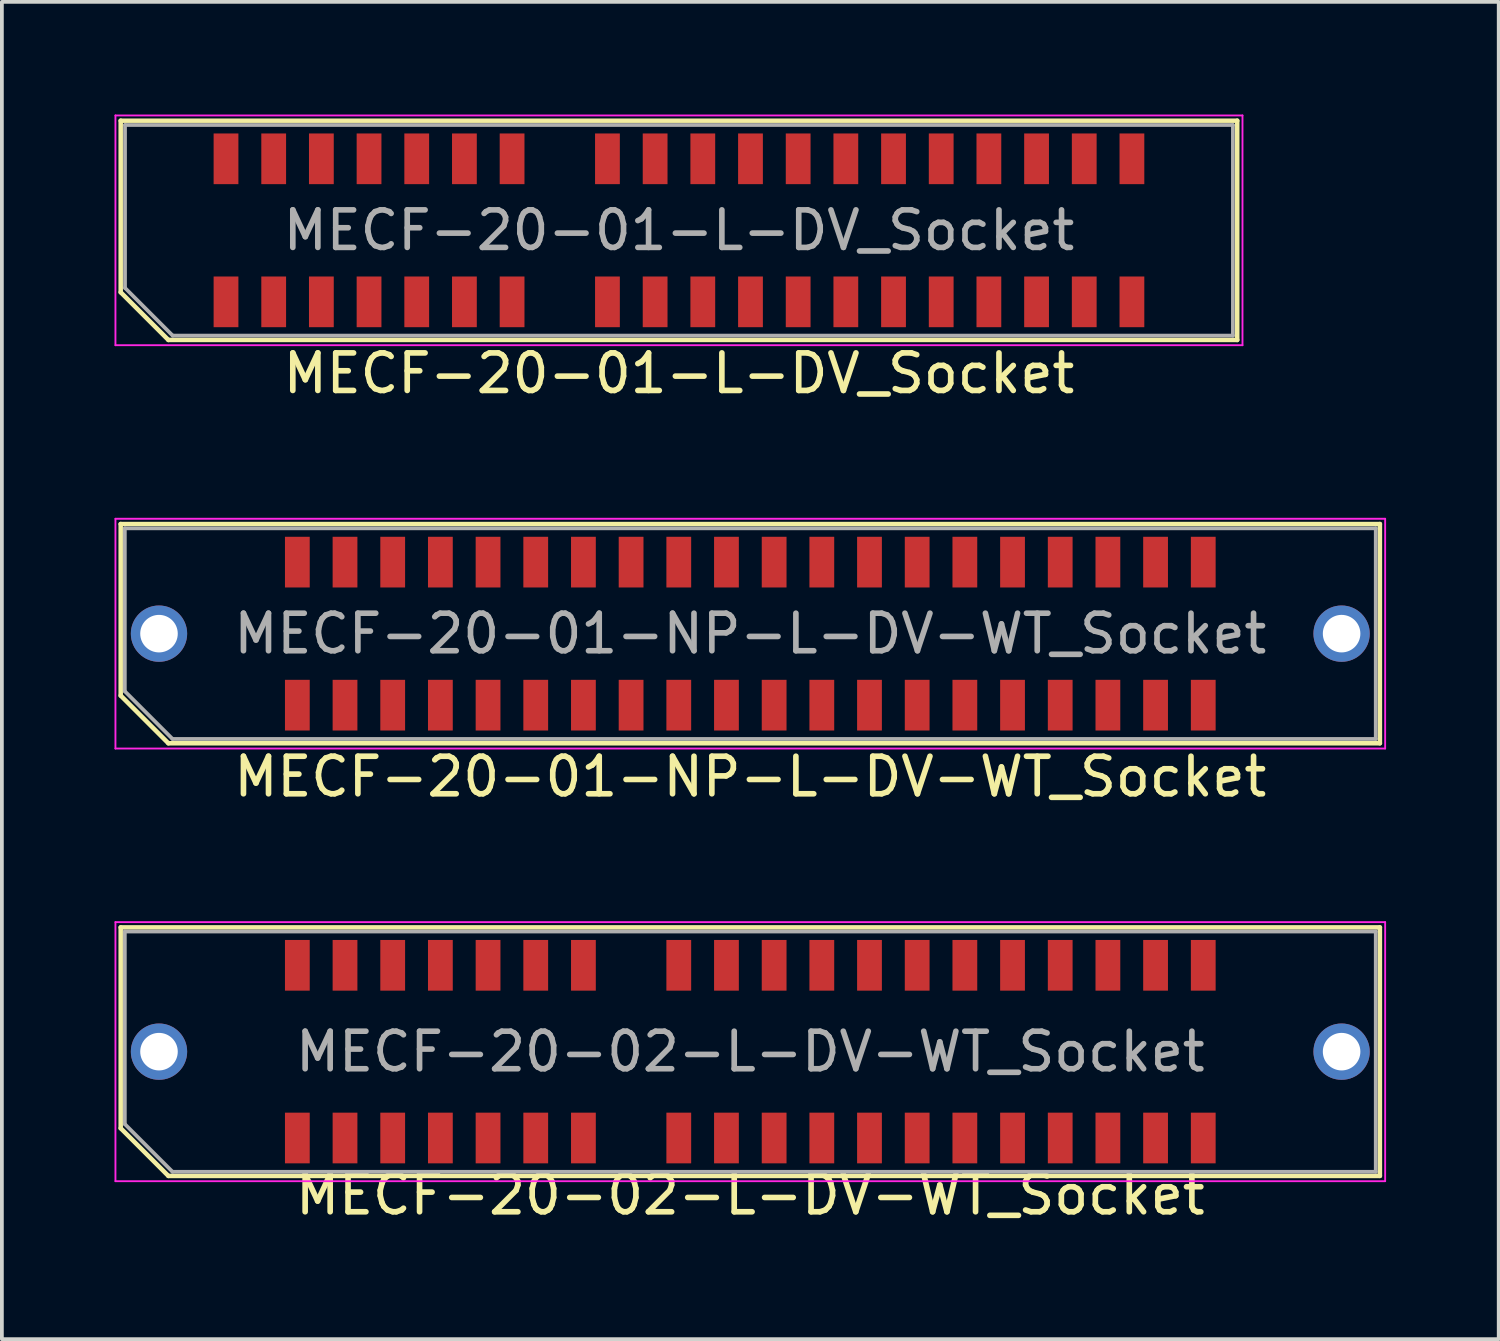
<source format=kicad_pcb>
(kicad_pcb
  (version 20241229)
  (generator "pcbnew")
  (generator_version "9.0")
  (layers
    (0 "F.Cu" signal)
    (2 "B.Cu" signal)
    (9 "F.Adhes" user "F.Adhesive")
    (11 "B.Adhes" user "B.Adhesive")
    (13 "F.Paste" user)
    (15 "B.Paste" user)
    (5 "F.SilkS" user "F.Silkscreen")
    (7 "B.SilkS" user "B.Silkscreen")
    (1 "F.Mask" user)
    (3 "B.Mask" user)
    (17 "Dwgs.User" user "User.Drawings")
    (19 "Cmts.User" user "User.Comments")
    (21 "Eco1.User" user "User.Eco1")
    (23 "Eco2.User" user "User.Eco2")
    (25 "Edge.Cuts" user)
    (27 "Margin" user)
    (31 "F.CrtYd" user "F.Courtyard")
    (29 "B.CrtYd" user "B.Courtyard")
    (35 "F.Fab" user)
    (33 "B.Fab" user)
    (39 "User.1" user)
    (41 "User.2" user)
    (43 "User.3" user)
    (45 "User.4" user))
  (footprint "MECF-20-01-NP-L-DV-WT_Socket"
    (layer "F.Cu")
    (at 16.935 13.828)
    (property "Reference" "MECF-20-01-NP-L-DV-WT_Socket" (at 0 3.81 0) (layer "F.SilkS") (effects (font (size 1 1) (thickness 0.15))))
    (attr smd)
    (fp_line (start -16.77 -2.92) (end 16.77 -2.92) (stroke (width 0.12) (type solid)) (layer "F.SilkS"))
    (fp_line (start -16.77 1.65) (end -16.77 -2.92) (stroke (width 0.12) (type solid)) (layer "F.SilkS"))
    (fp_line (start -15.5 2.92) (end -16.77 1.65) (stroke (width 0.12) (type solid)) (layer "F.SilkS"))
    (fp_line (start -15.5 2.92) (end 16.77 2.92) (stroke (width 0.12) (type solid)) (layer "F.SilkS"))
    (fp_line (start 16.77 2.92) (end 16.77 -2.92) (stroke (width 0.12) (type solid)) (layer "F.SilkS"))
    (fp_line (start -16.91 -3.06) (end -16.91 3.06) (stroke (width 0.05) (type solid)) (layer "F.CrtYd"))
    (fp_line (start -16.91 3.06) (end 16.91 3.06) (stroke (width 0.05) (type solid)) (layer "F.CrtYd"))
    (fp_line (start 16.91 -3.06) (end -16.91 -3.06) (stroke (width 0.05) (type solid)) (layer "F.CrtYd"))
    (fp_line (start 16.91 3.06) (end 16.91 -3.06) (stroke (width 0.05) (type solid)) (layer "F.CrtYd"))
    (fp_line (start -16.66 -2.805) (end 16.66 -2.805) (stroke (width 0.1) (type solid)) (layer "F.Fab"))
    (fp_line (start -16.66 1.535) (end -16.66 -2.805) (stroke (width 0.1) (type solid)) (layer "F.Fab"))
    (fp_line (start -16.66 1.535) (end -15.39 2.805) (stroke (width 0.1) (type solid)) (layer "F.Fab"))
    (fp_line (start -15.39 2.805) (end 16.66 2.805) (stroke (width 0.1) (type solid)) (layer "F.Fab"))
    (fp_line (start 16.66 2.805) (end 16.66 -2.805) (stroke (width 0.1) (type solid)) (layer "F.Fab"))
    (fp_text user "${REFERENCE}" (at 0 0 0) (layer "F.Fab") (effects (font (size 1 1) (thickness 0.15))))
    (pad "" thru_hole circle (at -15.75 0) (size 1.5 1.5) (drill 1) (layers "*.Cu" "*.Mask"))
    (pad "" np_thru_hole circle (at -13.845 0) (size 0.001 0.001) (drill 1.45) (layers "*.Cu" "*.Mask"))
    (pad "" np_thru_hole circle (at 13.845 1) (size 0.001 0.001) (drill 1.45) (layers "*.Cu" "*.Mask"))
    (pad "" thru_hole circle (at 15.75 0) (size 1.5 1.5) (drill 1) (layers "*.Cu" "*.Mask"))
    (pad "1" smd rect (at -12.065 1.905) (size 0.66 1.35) (layers "F.Cu" "F.Mask" "F.Paste"))
    (pad "2" smd rect (at -12.065 -1.905) (size 0.66 1.35) (layers "F.Cu" "F.Mask" "F.Paste"))
    (pad "3" smd rect (at -10.795 1.905) (size 0.66 1.35) (layers "F.Cu" "F.Mask" "F.Paste"))
    (pad "4" smd rect (at -10.795 -1.905) (size 0.66 1.35) (layers "F.Cu" "F.Mask" "F.Paste"))
    (pad "5" smd rect (at -9.525 1.905) (size 0.66 1.35) (layers "F.Cu" "F.Mask" "F.Paste"))
    (pad "6" smd rect (at -9.525 -1.905) (size 0.66 1.35) (layers "F.Cu" "F.Mask" "F.Paste"))
    (pad "7" smd rect (at -8.255 1.905) (size 0.66 1.35) (layers "F.Cu" "F.Mask" "F.Paste"))
    (pad "8" smd rect (at -8.255 -1.905) (size 0.66 1.35) (layers "F.Cu" "F.Mask" "F.Paste"))
    (pad "9" smd rect (at -6.985 1.905) (size 0.66 1.35) (layers "F.Cu" "F.Mask" "F.Paste"))
    (pad "10" smd rect (at -6.985 -1.905) (size 0.66 1.35) (layers "F.Cu" "F.Mask" "F.Paste"))
    (pad "11" smd rect (at -5.715 1.905) (size 0.66 1.35) (layers "F.Cu" "F.Mask" "F.Paste"))
    (pad "12" smd rect (at -5.715 -1.905) (size 0.66 1.35) (layers "F.Cu" "F.Mask" "F.Paste"))
    (pad "13" smd rect (at -4.445 1.905) (size 0.66 1.35) (layers "F.Cu" "F.Mask" "F.Paste"))
    (pad "14" smd rect (at -4.445 -1.905) (size 0.66 1.35) (layers "F.Cu" "F.Mask" "F.Paste"))
    (pad "15" smd rect (at -3.175 1.905) (size 0.66 1.35) (layers "F.Cu" "F.Mask" "F.Paste"))
    (pad "16" smd rect (at -3.175 -1.905) (size 0.66 1.35) (layers "F.Cu" "F.Mask" "F.Paste"))
    (pad "17" smd rect (at -1.905 1.905) (size 0.66 1.35) (layers "F.Cu" "F.Mask" "F.Paste"))
    (pad "18" smd rect (at -1.905 -1.905) (size 0.66 1.35) (layers "F.Cu" "F.Mask" "F.Paste"))
    (pad "19" smd rect (at -0.635 1.905) (size 0.66 1.35) (layers "F.Cu" "F.Mask" "F.Paste"))
    (pad "20" smd rect (at -0.635 -1.905) (size 0.66 1.35) (layers "F.Cu" "F.Mask" "F.Paste"))
    (pad "21" smd rect (at 0.635 1.905) (size 0.66 1.35) (layers "F.Cu" "F.Mask" "F.Paste"))
    (pad "22" smd rect (at 0.635 -1.905) (size 0.66 1.35) (layers "F.Cu" "F.Mask" "F.Paste"))
    (pad "23" smd rect (at 1.905 1.905) (size 0.66 1.35) (layers "F.Cu" "F.Mask" "F.Paste"))
    (pad "24" smd rect (at 1.905 -1.905) (size 0.66 1.35) (layers "F.Cu" "F.Mask" "F.Paste"))
    (pad "25" smd rect (at 3.175 1.905) (size 0.66 1.35) (layers "F.Cu" "F.Mask" "F.Paste"))
    (pad "26" smd rect (at 3.175 -1.905) (size 0.66 1.35) (layers "F.Cu" "F.Mask" "F.Paste"))
    (pad "27" smd rect (at 4.445 1.905) (size 0.66 1.35) (layers "F.Cu" "F.Mask" "F.Paste"))
    (pad "28" smd rect (at 4.445 -1.905) (size 0.66 1.35) (layers "F.Cu" "F.Mask" "F.Paste"))
    (pad "29" smd rect (at 5.715 1.905) (size 0.66 1.35) (layers "F.Cu" "F.Mask" "F.Paste"))
    (pad "30" smd rect (at 5.715 -1.905) (size 0.66 1.35) (layers "F.Cu" "F.Mask" "F.Paste"))
    (pad "31" smd rect (at 6.985 1.905) (size 0.66 1.35) (layers "F.Cu" "F.Mask" "F.Paste"))
    (pad "32" smd rect (at 6.985 -1.905) (size 0.66 1.35) (layers "F.Cu" "F.Mask" "F.Paste"))
    (pad "33" smd rect (at 8.255 1.905) (size 0.66 1.35) (layers "F.Cu" "F.Mask" "F.Paste"))
    (pad "34" smd rect (at 8.255 -1.905) (size 0.66 1.35) (layers "F.Cu" "F.Mask" "F.Paste"))
    (pad "35" smd rect (at 9.525 1.905) (size 0.66 1.35) (layers "F.Cu" "F.Mask" "F.Paste"))
    (pad "36" smd rect (at 9.525 -1.905) (size 0.66 1.35) (layers "F.Cu" "F.Mask" "F.Paste"))
    (pad "37" smd rect (at 10.795 1.905) (size 0.66 1.35) (layers "F.Cu" "F.Mask" "F.Paste"))
    (pad "38" smd rect (at 10.795 -1.905) (size 0.66 1.35) (layers "F.Cu" "F.Mask" "F.Paste"))
    (pad "39" smd rect (at 12.065 1.905) (size 0.66 1.35) (layers "F.Cu" "F.Mask" "F.Paste"))
    (pad "40" smd rect (at 12.065 -1.905) (size 0.66 1.35) (layers "F.Cu" "F.Mask" "F.Paste")))
  (footprint "MECF-20-02-L-DV-WT_Socket"
    (layer "F.Cu")
    (at 16.935 24.962)
    (property "Reference" "MECF-20-02-L-DV-WT_Socket" (at 0 3.81 0) (layer "F.SilkS") (effects (font (size 1 1) (thickness 0.15))))
    (attr smd)
    (fp_line (start -16.77 -3.31) (end 16.77 -3.31) (stroke (width 0.12) (type solid)) (layer "F.SilkS"))
    (fp_line (start -16.77 2.04) (end -16.77 -3.31) (stroke (width 0.12) (type solid)) (layer "F.SilkS"))
    (fp_line (start -15.5 3.31) (end -16.77 2.04) (stroke (width 0.12) (type solid)) (layer "F.SilkS"))
    (fp_line (start -15.5 3.31) (end 16.77 3.31) (stroke (width 0.12) (type solid)) (layer "F.SilkS"))
    (fp_line (start 16.77 3.31) (end 16.77 -3.31) (stroke (width 0.12) (type solid)) (layer "F.SilkS"))
    (fp_line (start -16.91 -3.45) (end -16.91 3.45) (stroke (width 0.05) (type solid)) (layer "F.CrtYd"))
    (fp_line (start -16.91 3.45) (end 16.91 3.45) (stroke (width 0.05) (type solid)) (layer "F.CrtYd"))
    (fp_line (start 16.91 -3.45) (end -16.91 -3.45) (stroke (width 0.05) (type solid)) (layer "F.CrtYd"))
    (fp_line (start 16.91 3.45) (end 16.91 -3.45) (stroke (width 0.05) (type solid)) (layer "F.CrtYd"))
    (fp_line (start -16.66 -3.2) (end 16.66 -3.2) (stroke (width 0.1) (type solid)) (layer "F.Fab"))
    (fp_line (start -16.66 1.93) (end -16.66 -3.2) (stroke (width 0.1) (type solid)) (layer "F.Fab"))
    (fp_line (start -16.66 1.93) (end -15.39 3.2) (stroke (width 0.1) (type solid)) (layer "F.Fab"))
    (fp_line (start -15.39 3.2) (end 16.66 3.2) (stroke (width 0.1) (type solid)) (layer "F.Fab"))
    (fp_line (start 16.66 3.2) (end 16.66 -3.2) (stroke (width 0.1) (type solid)) (layer "F.Fab"))
    (fp_text user "${REFERENCE}" (at 0 0 0) (layer "F.Fab") (effects (font (size 1 1) (thickness 0.15))))
    (pad "" thru_hole circle (at -15.75 0) (size 1.5 1.5) (drill 1) (layers "*.Cu" "*.Mask"))
    (pad "" np_thru_hole circle (at -13.845 0) (size 0.001 0.001) (drill 1.45) (layers "*.Cu" "*.Mask"))
    (pad "" np_thru_hole circle (at 13.845 1) (size 0.001 0.001) (drill 1.45) (layers "*.Cu" "*.Mask"))
    (pad "" thru_hole circle (at 15.75 0) (size 1.5 1.5) (drill 1) (layers "*.Cu" "*.Mask"))
    (pad "1" smd rect (at -12.065 2.3) (size 0.66 1.35) (layers "F.Cu" "F.Mask" "F.Paste"))
    (pad "2" smd rect (at -12.065 -2.3) (size 0.66 1.35) (layers "F.Cu" "F.Mask" "F.Paste"))
    (pad "3" smd rect (at -10.795 2.3) (size 0.66 1.35) (layers "F.Cu" "F.Mask" "F.Paste"))
    (pad "4" smd rect (at -10.795 -2.3) (size 0.66 1.35) (layers "F.Cu" "F.Mask" "F.Paste"))
    (pad "5" smd rect (at -9.525 2.3) (size 0.66 1.35) (layers "F.Cu" "F.Mask" "F.Paste"))
    (pad "6" smd rect (at -9.525 -2.3) (size 0.66 1.35) (layers "F.Cu" "F.Mask" "F.Paste"))
    (pad "7" smd rect (at -8.255 2.3) (size 0.66 1.35) (layers "F.Cu" "F.Mask" "F.Paste"))
    (pad "8" smd rect (at -8.255 -2.3) (size 0.66 1.35) (layers "F.Cu" "F.Mask" "F.Paste"))
    (pad "9" smd rect (at -6.985 2.3) (size 0.66 1.35) (layers "F.Cu" "F.Mask" "F.Paste"))
    (pad "10" smd rect (at -6.985 -2.3) (size 0.66 1.35) (layers "F.Cu" "F.Mask" "F.Paste"))
    (pad "11" smd rect (at -5.715 2.3) (size 0.66 1.35) (layers "F.Cu" "F.Mask" "F.Paste"))
    (pad "12" smd rect (at -5.715 -2.3) (size 0.66 1.35) (layers "F.Cu" "F.Mask" "F.Paste"))
    (pad "13" smd rect (at -4.445 2.3) (size 0.66 1.35) (layers "F.Cu" "F.Mask" "F.Paste"))
    (pad "14" smd rect (at -4.445 -2.3) (size 0.66 1.35) (layers "F.Cu" "F.Mask" "F.Paste"))
    (pad "17" smd rect (at -1.905 2.3) (size 0.66 1.35) (layers "F.Cu" "F.Mask" "F.Paste"))
    (pad "18" smd rect (at -1.905 -2.3) (size 0.66 1.35) (layers "F.Cu" "F.Mask" "F.Paste"))
    (pad "19" smd rect (at -0.635 2.3) (size 0.66 1.35) (layers "F.Cu" "F.Mask" "F.Paste"))
    (pad "20" smd rect (at -0.635 -2.3) (size 0.66 1.35) (layers "F.Cu" "F.Mask" "F.Paste"))
    (pad "21" smd rect (at 0.635 2.3) (size 0.66 1.35) (layers "F.Cu" "F.Mask" "F.Paste"))
    (pad "22" smd rect (at 0.635 -2.3) (size 0.66 1.35) (layers "F.Cu" "F.Mask" "F.Paste"))
    (pad "23" smd rect (at 1.905 2.3) (size 0.66 1.35) (layers "F.Cu" "F.Mask" "F.Paste"))
    (pad "24" smd rect (at 1.905 -2.3) (size 0.66 1.35) (layers "F.Cu" "F.Mask" "F.Paste"))
    (pad "25" smd rect (at 3.175 2.3) (size 0.66 1.35) (layers "F.Cu" "F.Mask" "F.Paste"))
    (pad "26" smd rect (at 3.175 -2.3) (size 0.66 1.35) (layers "F.Cu" "F.Mask" "F.Paste"))
    (pad "27" smd rect (at 4.445 2.3) (size 0.66 1.35) (layers "F.Cu" "F.Mask" "F.Paste"))
    (pad "28" smd rect (at 4.445 -2.3) (size 0.66 1.35) (layers "F.Cu" "F.Mask" "F.Paste"))
    (pad "29" smd rect (at 5.715 2.3) (size 0.66 1.35) (layers "F.Cu" "F.Mask" "F.Paste"))
    (pad "30" smd rect (at 5.715 -2.3) (size 0.66 1.35) (layers "F.Cu" "F.Mask" "F.Paste"))
    (pad "31" smd rect (at 6.985 2.3) (size 0.66 1.35) (layers "F.Cu" "F.Mask" "F.Paste"))
    (pad "32" smd rect (at 6.985 -2.3) (size 0.66 1.35) (layers "F.Cu" "F.Mask" "F.Paste"))
    (pad "33" smd rect (at 8.255 2.3) (size 0.66 1.35) (layers "F.Cu" "F.Mask" "F.Paste"))
    (pad "34" smd rect (at 8.255 -2.3) (size 0.66 1.35) (layers "F.Cu" "F.Mask" "F.Paste"))
    (pad "35" smd rect (at 9.525 2.3) (size 0.66 1.35) (layers "F.Cu" "F.Mask" "F.Paste"))
    (pad "36" smd rect (at 9.525 -2.3) (size 0.66 1.35) (layers "F.Cu" "F.Mask" "F.Paste"))
    (pad "37" smd rect (at 10.795 2.3) (size 0.66 1.35) (layers "F.Cu" "F.Mask" "F.Paste"))
    (pad "38" smd rect (at 10.795 -2.3) (size 0.66 1.35) (layers "F.Cu" "F.Mask" "F.Paste"))
    (pad "39" smd rect (at 12.065 2.3) (size 0.66 1.35) (layers "F.Cu" "F.Mask" "F.Paste"))
    (pad "40" smd rect (at 12.065 -2.3) (size 0.66 1.35) (layers "F.Cu" "F.Mask" "F.Paste")))
  (footprint "MECF-20-01-L-DV_Socket"
    (layer "F.Cu")
    (at 15.035 3.085)
    (property "Reference" "MECF-20-01-L-DV_Socket" (at 0 3.81 0) (layer "F.SilkS") (effects (font (size 1 1) (thickness 0.15))))
    (attr smd)
    (fp_line (start -14.87 -2.92) (end 14.87 -2.92) (stroke (width 0.12) (type solid)) (layer "F.SilkS"))
    (fp_line (start -14.87 1.65) (end -14.87 -2.92) (stroke (width 0.12) (type solid)) (layer "F.SilkS"))
    (fp_line (start -13.6 2.92) (end -14.87 1.65) (stroke (width 0.12) (type solid)) (layer "F.SilkS"))
    (fp_line (start -13.6 2.92) (end 14.87 2.92) (stroke (width 0.12) (type solid)) (layer "F.SilkS"))
    (fp_line (start 14.87 2.92) (end 14.87 -2.92) (stroke (width 0.12) (type solid)) (layer "F.SilkS"))
    (fp_line (start -15.01 -3.06) (end -15.01 3.06) (stroke (width 0.05) (type solid)) (layer "F.CrtYd"))
    (fp_line (start -15.01 3.06) (end 15.01 3.06) (stroke (width 0.05) (type solid)) (layer "F.CrtYd"))
    (fp_line (start 15.01 -3.06) (end -15.01 -3.06) (stroke (width 0.05) (type solid)) (layer "F.CrtYd"))
    (fp_line (start 15.01 3.06) (end 15.01 -3.06) (stroke (width 0.05) (type solid)) (layer "F.CrtYd"))
    (fp_line (start -14.755 -2.805) (end 14.755 -2.805) (stroke (width 0.1) (type solid)) (layer "F.Fab"))
    (fp_line (start -14.755 1.535) (end -14.755 -2.805) (stroke (width 0.1) (type solid)) (layer "F.Fab"))
    (fp_line (start -14.755 1.535) (end -13.485 2.805) (stroke (width 0.1) (type solid)) (layer "F.Fab"))
    (fp_line (start -13.485 2.805) (end 14.755 2.805) (stroke (width 0.1) (type solid)) (layer "F.Fab"))
    (fp_line (start 14.755 2.805) (end 14.755 -2.805) (stroke (width 0.1) (type solid)) (layer "F.Fab"))
    (fp_text user "${REFERENCE}" (at 0 0 0) (layer "F.Fab") (effects (font (size 1 1) (thickness 0.15))))
    (pad "" np_thru_hole circle (at -13.845 0) (size 0.001 0.001) (drill 1.45) (layers "*.Cu" "*.Mask"))
    (pad "" np_thru_hole circle (at 13.845 1) (size 0.001 0.001) (drill 1.45) (layers "*.Cu" "*.Mask"))
    (pad "1" smd rect (at -12.065 1.905) (size 0.66 1.35) (layers "F.Cu" "F.Mask" "F.Paste"))
    (pad "2" smd rect (at -12.065 -1.905) (size 0.66 1.35) (layers "F.Cu" "F.Mask" "F.Paste"))
    (pad "3" smd rect (at -10.795 1.905) (size 0.66 1.35) (layers "F.Cu" "F.Mask" "F.Paste"))
    (pad "4" smd rect (at -10.795 -1.905) (size 0.66 1.35) (layers "F.Cu" "F.Mask" "F.Paste"))
    (pad "5" smd rect (at -9.525 1.905) (size 0.66 1.35) (layers "F.Cu" "F.Mask" "F.Paste"))
    (pad "6" smd rect (at -9.525 -1.905) (size 0.66 1.35) (layers "F.Cu" "F.Mask" "F.Paste"))
    (pad "7" smd rect (at -8.255 1.905) (size 0.66 1.35) (layers "F.Cu" "F.Mask" "F.Paste"))
    (pad "8" smd rect (at -8.255 -1.905) (size 0.66 1.35) (layers "F.Cu" "F.Mask" "F.Paste"))
    (pad "9" smd rect (at -6.985 1.905) (size 0.66 1.35) (layers "F.Cu" "F.Mask" "F.Paste"))
    (pad "10" smd rect (at -6.985 -1.905) (size 0.66 1.35) (layers "F.Cu" "F.Mask" "F.Paste"))
    (pad "11" smd rect (at -5.715 1.905) (size 0.66 1.35) (layers "F.Cu" "F.Mask" "F.Paste"))
    (pad "12" smd rect (at -5.715 -1.905) (size 0.66 1.35) (layers "F.Cu" "F.Mask" "F.Paste"))
    (pad "13" smd rect (at -4.445 1.905) (size 0.66 1.35) (layers "F.Cu" "F.Mask" "F.Paste"))
    (pad "14" smd rect (at -4.445 -1.905) (size 0.66 1.35) (layers "F.Cu" "F.Mask" "F.Paste"))
    (pad "17" smd rect (at -1.905 1.905) (size 0.66 1.35) (layers "F.Cu" "F.Mask" "F.Paste"))
    (pad "18" smd rect (at -1.905 -1.905) (size 0.66 1.35) (layers "F.Cu" "F.Mask" "F.Paste"))
    (pad "19" smd rect (at -0.635 1.905) (size 0.66 1.35) (layers "F.Cu" "F.Mask" "F.Paste"))
    (pad "20" smd rect (at -0.635 -1.905) (size 0.66 1.35) (layers "F.Cu" "F.Mask" "F.Paste"))
    (pad "21" smd rect (at 0.635 1.905) (size 0.66 1.35) (layers "F.Cu" "F.Mask" "F.Paste"))
    (pad "22" smd rect (at 0.635 -1.905) (size 0.66 1.35) (layers "F.Cu" "F.Mask" "F.Paste"))
    (pad "23" smd rect (at 1.905 1.905) (size 0.66 1.35) (layers "F.Cu" "F.Mask" "F.Paste"))
    (pad "24" smd rect (at 1.905 -1.905) (size 0.66 1.35) (layers "F.Cu" "F.Mask" "F.Paste"))
    (pad "25" smd rect (at 3.175 1.905) (size 0.66 1.35) (layers "F.Cu" "F.Mask" "F.Paste"))
    (pad "26" smd rect (at 3.175 -1.905) (size 0.66 1.35) (layers "F.Cu" "F.Mask" "F.Paste"))
    (pad "27" smd rect (at 4.445 1.905) (size 0.66 1.35) (layers "F.Cu" "F.Mask" "F.Paste"))
    (pad "28" smd rect (at 4.445 -1.905) (size 0.66 1.35) (layers "F.Cu" "F.Mask" "F.Paste"))
    (pad "29" smd rect (at 5.715 1.905) (size 0.66 1.35) (layers "F.Cu" "F.Mask" "F.Paste"))
    (pad "30" smd rect (at 5.715 -1.905) (size 0.66 1.35) (layers "F.Cu" "F.Mask" "F.Paste"))
    (pad "31" smd rect (at 6.985 1.905) (size 0.66 1.35) (layers "F.Cu" "F.Mask" "F.Paste"))
    (pad "32" smd rect (at 6.985 -1.905) (size 0.66 1.35) (layers "F.Cu" "F.Mask" "F.Paste"))
    (pad "33" smd rect (at 8.255 1.905) (size 0.66 1.35) (layers "F.Cu" "F.Mask" "F.Paste"))
    (pad "34" smd rect (at 8.255 -1.905) (size 0.66 1.35) (layers "F.Cu" "F.Mask" "F.Paste"))
    (pad "35" smd rect (at 9.525 1.905) (size 0.66 1.35) (layers "F.Cu" "F.Mask" "F.Paste"))
    (pad "36" smd rect (at 9.525 -1.905) (size 0.66 1.35) (layers "F.Cu" "F.Mask" "F.Paste"))
    (pad "37" smd rect (at 10.795 1.905) (size 0.66 1.35) (layers "F.Cu" "F.Mask" "F.Paste"))
    (pad "38" smd rect (at 10.795 -1.905) (size 0.66 1.35) (layers "F.Cu" "F.Mask" "F.Paste"))
    (pad "39" smd rect (at 12.065 1.905) (size 0.66 1.35) (layers "F.Cu" "F.Mask" "F.Paste"))
    (pad "40" smd rect (at 12.065 -1.905) (size 0.66 1.35) (layers "F.Cu" "F.Mask" "F.Paste")))
  (gr_rect
    (start -3 -3)
    (end 36.87 32.62)
    (stroke (width 0.1) (type default))
    (fill no)
    (layer "Edge.Cuts")))
</source>
